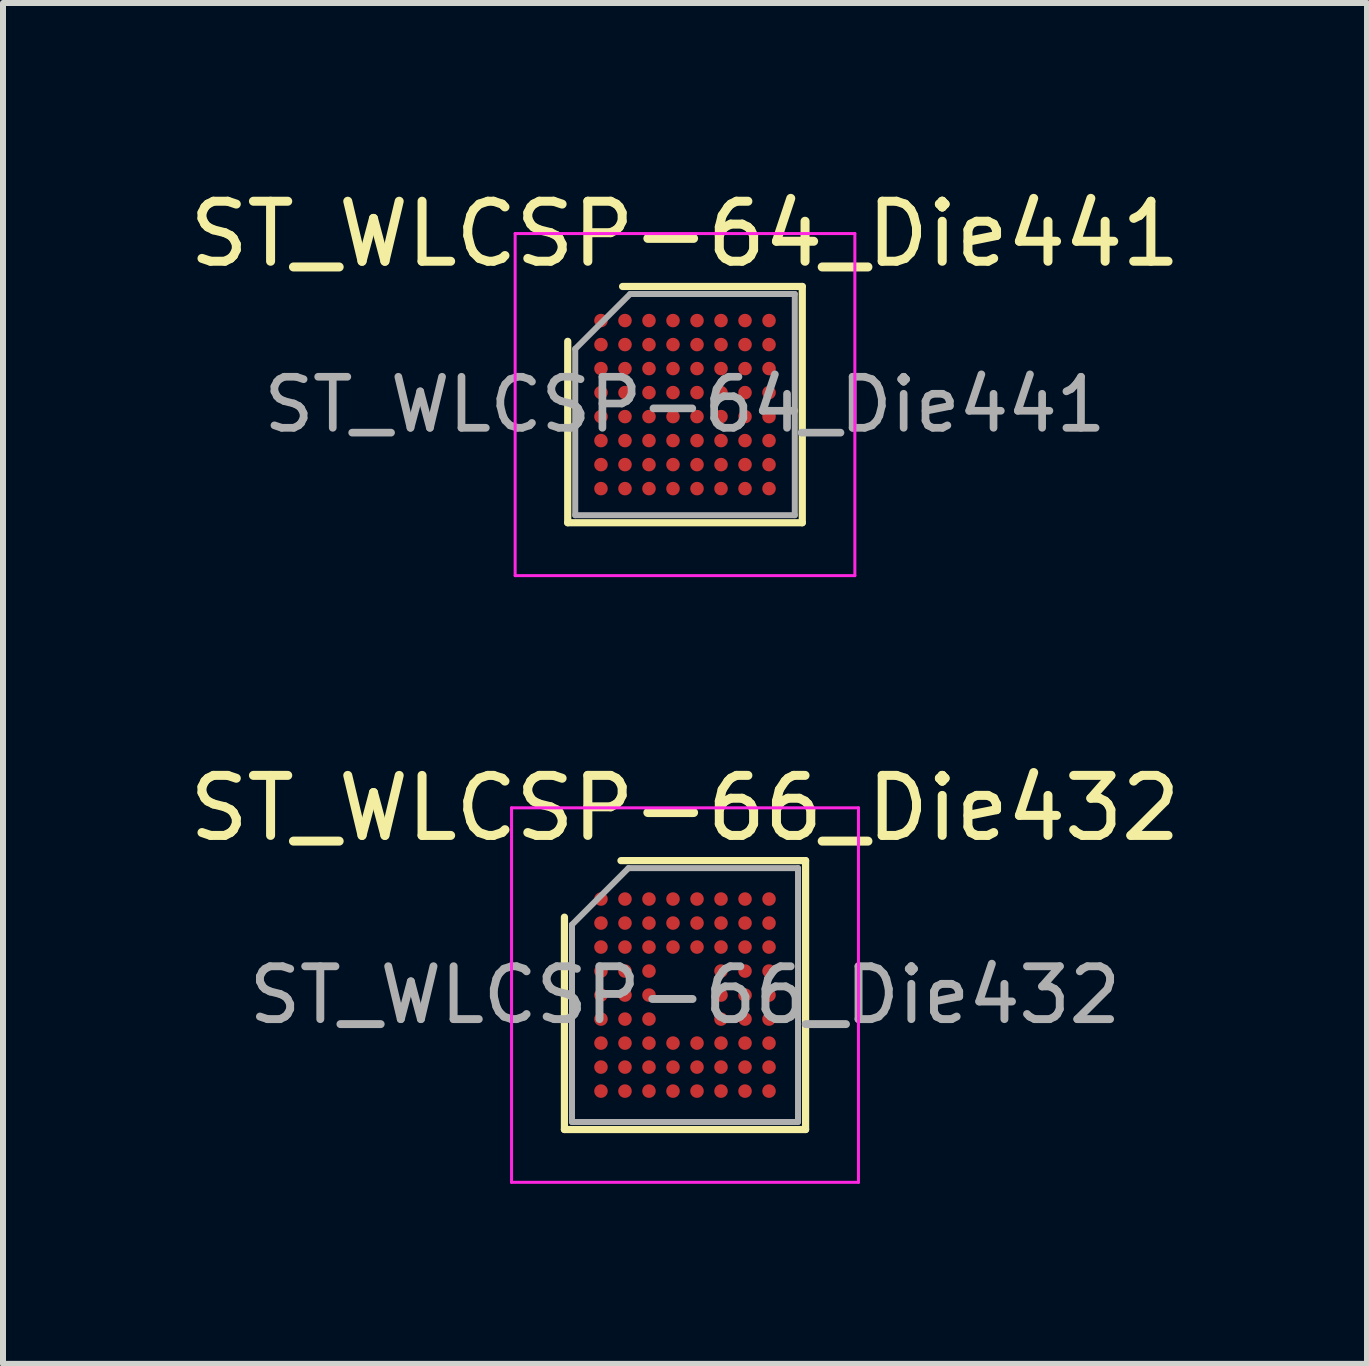
<source format=kicad_pcb>
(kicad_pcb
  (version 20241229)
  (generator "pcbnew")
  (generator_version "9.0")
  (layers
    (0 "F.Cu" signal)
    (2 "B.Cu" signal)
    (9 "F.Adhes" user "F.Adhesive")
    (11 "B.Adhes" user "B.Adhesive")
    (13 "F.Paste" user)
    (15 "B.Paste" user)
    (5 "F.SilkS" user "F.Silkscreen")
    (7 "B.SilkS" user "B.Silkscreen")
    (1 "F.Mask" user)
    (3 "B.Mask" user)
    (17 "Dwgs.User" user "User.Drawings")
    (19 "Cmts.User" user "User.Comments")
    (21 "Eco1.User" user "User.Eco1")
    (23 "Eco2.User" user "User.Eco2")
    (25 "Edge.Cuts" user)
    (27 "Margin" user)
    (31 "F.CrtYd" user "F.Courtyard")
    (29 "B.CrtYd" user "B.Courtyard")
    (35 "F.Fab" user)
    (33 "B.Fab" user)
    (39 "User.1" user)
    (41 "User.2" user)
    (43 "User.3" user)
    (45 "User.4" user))
  (footprint "ST_WLCSP-64_Die441"
    (layer "F.Cu")
    (at 8.363 3.691)
    (property "Reference" "ST_WLCSP-64_Die441" (at 0 -2.843 0) (layer "F.SilkS") (effects (font (size 1 1) (thickness 0.15))))
    (attr smd)
    (fp_line (start -1.954 1.968) (end -1.954 -1.054) (stroke (width 0.12) (type solid)) (layer "F.SilkS"))
    (fp_line (start -1.04 -1.968) (end 1.954 -1.968) (stroke (width 0.12) (type solid)) (layer "F.SilkS"))
    (fp_line (start 1.954 -1.968) (end 1.954 1.968) (stroke (width 0.12) (type solid)) (layer "F.SilkS"))
    (fp_line (start 1.954 1.968) (end -1.954 1.968) (stroke (width 0.12) (type solid)) (layer "F.SilkS"))
    (fp_line (start -2.83 -2.85) (end -2.83 2.85) (stroke (width 0.05) (type solid)) (layer "F.CrtYd"))
    (fp_line (start -2.83 2.85) (end 2.83 2.85) (stroke (width 0.05) (type solid)) (layer "F.CrtYd"))
    (fp_line (start 2.83 -2.85) (end -2.83 -2.85) (stroke (width 0.05) (type solid)) (layer "F.CrtYd"))
    (fp_line (start 2.83 2.85) (end 2.83 -2.85) (stroke (width 0.05) (type solid)) (layer "F.CrtYd"))
    (fp_line (start -1.829 -0.928) (end -0.914 -1.843) (stroke (width 0.1) (type solid)) (layer "F.Fab"))
    (fp_line (start -1.829 1.843) (end -1.829 -0.928) (stroke (width 0.1) (type solid)) (layer "F.Fab"))
    (fp_line (start -0.914 -1.843) (end 1.829 -1.843) (stroke (width 0.1) (type solid)) (layer "F.Fab"))
    (fp_line (start 1.829 -1.843) (end 1.829 1.843) (stroke (width 0.1) (type solid)) (layer "F.Fab"))
    (fp_line (start 1.829 1.843) (end -1.829 1.843) (stroke (width 0.1) (type solid)) (layer "F.Fab"))
    (fp_text user "${REFERENCE}" (at 0 0 0) (layer "F.Fab") (effects (font (size 0.85 0.85) (thickness 0.128))))
    (pad "A1" smd circle (at -1.4 -1.4) (size 0.225 0.225) (layers "F.Cu" "F.Mask" "F.Paste"))
    (pad "A2" smd circle (at -1 -1.4) (size 0.225 0.225) (layers "F.Cu" "F.Mask" "F.Paste"))
    (pad "A3" smd circle (at -0.6 -1.4) (size 0.225 0.225) (layers "F.Cu" "F.Mask" "F.Paste"))
    (pad "A4" smd circle (at -0.2 -1.4) (size 0.225 0.225) (layers "F.Cu" "F.Mask" "F.Paste"))
    (pad "A5" smd circle (at 0.2 -1.4) (size 0.225 0.225) (layers "F.Cu" "F.Mask" "F.Paste"))
    (pad "A6" smd circle (at 0.6 -1.4) (size 0.225 0.225) (layers "F.Cu" "F.Mask" "F.Paste"))
    (pad "A7" smd circle (at 1 -1.4) (size 0.225 0.225) (layers "F.Cu" "F.Mask" "F.Paste"))
    (pad "A8" smd circle (at 1.4 -1.4) (size 0.225 0.225) (layers "F.Cu" "F.Mask" "F.Paste"))
    (pad "B1" smd circle (at -1.4 -1) (size 0.225 0.225) (layers "F.Cu" "F.Mask" "F.Paste"))
    (pad "B2" smd circle (at -1 -1) (size 0.225 0.225) (layers "F.Cu" "F.Mask" "F.Paste"))
    (pad "B3" smd circle (at -0.6 -1) (size 0.225 0.225) (layers "F.Cu" "F.Mask" "F.Paste"))
    (pad "B4" smd circle (at -0.2 -1) (size 0.225 0.225) (layers "F.Cu" "F.Mask" "F.Paste"))
    (pad "B5" smd circle (at 0.2 -1) (size 0.225 0.225) (layers "F.Cu" "F.Mask" "F.Paste"))
    (pad "B6" smd circle (at 0.6 -1) (size 0.225 0.225) (layers "F.Cu" "F.Mask" "F.Paste"))
    (pad "B7" smd circle (at 1 -1) (size 0.225 0.225) (layers "F.Cu" "F.Mask" "F.Paste"))
    (pad "B8" smd circle (at 1.4 -1) (size 0.225 0.225) (layers "F.Cu" "F.Mask" "F.Paste"))
    (pad "C1" smd circle (at -1.4 -0.6) (size 0.225 0.225) (layers "F.Cu" "F.Mask" "F.Paste"))
    (pad "C2" smd circle (at -1 -0.6) (size 0.225 0.225) (layers "F.Cu" "F.Mask" "F.Paste"))
    (pad "C3" smd circle (at -0.6 -0.6) (size 0.225 0.225) (layers "F.Cu" "F.Mask" "F.Paste"))
    (pad "C4" smd circle (at -0.2 -0.6) (size 0.225 0.225) (layers "F.Cu" "F.Mask" "F.Paste"))
    (pad "C5" smd circle (at 0.2 -0.6) (size 0.225 0.225) (layers "F.Cu" "F.Mask" "F.Paste"))
    (pad "C6" smd circle (at 0.6 -0.6) (size 0.225 0.225) (layers "F.Cu" "F.Mask" "F.Paste"))
    (pad "C7" smd circle (at 1 -0.6) (size 0.225 0.225) (layers "F.Cu" "F.Mask" "F.Paste"))
    (pad "C8" smd circle (at 1.4 -0.6) (size 0.225 0.225) (layers "F.Cu" "F.Mask" "F.Paste"))
    (pad "D1" smd circle (at -1.4 -0.2) (size 0.225 0.225) (layers "F.Cu" "F.Mask" "F.Paste"))
    (pad "D2" smd circle (at -1 -0.2) (size 0.225 0.225) (layers "F.Cu" "F.Mask" "F.Paste"))
    (pad "D3" smd circle (at -0.6 -0.2) (size 0.225 0.225) (layers "F.Cu" "F.Mask" "F.Paste"))
    (pad "D4" smd circle (at -0.2 -0.2) (size 0.225 0.225) (layers "F.Cu" "F.Mask" "F.Paste"))
    (pad "D5" smd circle (at 0.2 -0.2) (size 0.225 0.225) (layers "F.Cu" "F.Mask" "F.Paste"))
    (pad "D6" smd circle (at 0.6 -0.2) (size 0.225 0.225) (layers "F.Cu" "F.Mask" "F.Paste"))
    (pad "D7" smd circle (at 1 -0.2) (size 0.225 0.225) (layers "F.Cu" "F.Mask" "F.Paste"))
    (pad "D8" smd circle (at 1.4 -0.2) (size 0.225 0.225) (layers "F.Cu" "F.Mask" "F.Paste"))
    (pad "E1" smd circle (at -1.4 0.2) (size 0.225 0.225) (layers "F.Cu" "F.Mask" "F.Paste"))
    (pad "E2" smd circle (at -1 0.2) (size 0.225 0.225) (layers "F.Cu" "F.Mask" "F.Paste"))
    (pad "E3" smd circle (at -0.6 0.2) (size 0.225 0.225) (layers "F.Cu" "F.Mask" "F.Paste"))
    (pad "E4" smd circle (at -0.2 0.2) (size 0.225 0.225) (layers "F.Cu" "F.Mask" "F.Paste"))
    (pad "E5" smd circle (at 0.2 0.2) (size 0.225 0.225) (layers "F.Cu" "F.Mask" "F.Paste"))
    (pad "E6" smd circle (at 0.6 0.2) (size 0.225 0.225) (layers "F.Cu" "F.Mask" "F.Paste"))
    (pad "E7" smd circle (at 1 0.2) (size 0.225 0.225) (layers "F.Cu" "F.Mask" "F.Paste"))
    (pad "E8" smd circle (at 1.4 0.2) (size 0.225 0.225) (layers "F.Cu" "F.Mask" "F.Paste"))
    (pad "F1" smd circle (at -1.4 0.6) (size 0.225 0.225) (layers "F.Cu" "F.Mask" "F.Paste"))
    (pad "F2" smd circle (at -1 0.6) (size 0.225 0.225) (layers "F.Cu" "F.Mask" "F.Paste"))
    (pad "F3" smd circle (at -0.6 0.6) (size 0.225 0.225) (layers "F.Cu" "F.Mask" "F.Paste"))
    (pad "F4" smd circle (at -0.2 0.6) (size 0.225 0.225) (layers "F.Cu" "F.Mask" "F.Paste"))
    (pad "F5" smd circle (at 0.2 0.6) (size 0.225 0.225) (layers "F.Cu" "F.Mask" "F.Paste"))
    (pad "F6" smd circle (at 0.6 0.6) (size 0.225 0.225) (layers "F.Cu" "F.Mask" "F.Paste"))
    (pad "F7" smd circle (at 1 0.6) (size 0.225 0.225) (layers "F.Cu" "F.Mask" "F.Paste"))
    (pad "F8" smd circle (at 1.4 0.6) (size 0.225 0.225) (layers "F.Cu" "F.Mask" "F.Paste"))
    (pad "G1" smd circle (at -1.4 1) (size 0.225 0.225) (layers "F.Cu" "F.Mask" "F.Paste"))
    (pad "G2" smd circle (at -1 1) (size 0.225 0.225) (layers "F.Cu" "F.Mask" "F.Paste"))
    (pad "G3" smd circle (at -0.6 1) (size 0.225 0.225) (layers "F.Cu" "F.Mask" "F.Paste"))
    (pad "G4" smd circle (at -0.2 1) (size 0.225 0.225) (layers "F.Cu" "F.Mask" "F.Paste"))
    (pad "G5" smd circle (at 0.2 1) (size 0.225 0.225) (layers "F.Cu" "F.Mask" "F.Paste"))
    (pad "G6" smd circle (at 0.6 1) (size 0.225 0.225) (layers "F.Cu" "F.Mask" "F.Paste"))
    (pad "G7" smd circle (at 1 1) (size 0.225 0.225) (layers "F.Cu" "F.Mask" "F.Paste"))
    (pad "G8" smd circle (at 1.4 1) (size 0.225 0.225) (layers "F.Cu" "F.Mask" "F.Paste"))
    (pad "H1" smd circle (at -1.4 1.4) (size 0.225 0.225) (layers "F.Cu" "F.Mask" "F.Paste"))
    (pad "H2" smd circle (at -1 1.4) (size 0.225 0.225) (layers "F.Cu" "F.Mask" "F.Paste"))
    (pad "H3" smd circle (at -0.6 1.4) (size 0.225 0.225) (layers "F.Cu" "F.Mask" "F.Paste"))
    (pad "H4" smd circle (at -0.2 1.4) (size 0.225 0.225) (layers "F.Cu" "F.Mask" "F.Paste"))
    (pad "H5" smd circle (at 0.2 1.4) (size 0.225 0.225) (layers "F.Cu" "F.Mask" "F.Paste"))
    (pad "H6" smd circle (at 0.6 1.4) (size 0.225 0.225) (layers "F.Cu" "F.Mask" "F.Paste"))
    (pad "H7" smd circle (at 1 1.4) (size 0.225 0.225) (layers "F.Cu" "F.Mask" "F.Paste"))
    (pad "H8" smd circle (at 1.4 1.4) (size 0.225 0.225) (layers "F.Cu" "F.Mask" "F.Paste")))
  (footprint "ST_WLCSP-66_Die432"
    (layer "F.Cu")
    (at 8.363 13.529)
    (property "Reference" "ST_WLCSP-66_Die432" (at 0 -3.115 0) (layer "F.SilkS") (effects (font (size 1 1) (thickness 0.15))))
    (attr smd)
    (fp_line (start -2.009 2.24) (end -2.009 -1.298) (stroke (width 0.12) (type solid)) (layer "F.SilkS"))
    (fp_line (start -1.067 -2.24) (end 2.009 -2.24) (stroke (width 0.12) (type solid)) (layer "F.SilkS"))
    (fp_line (start 2.009 -2.24) (end 2.009 2.24) (stroke (width 0.12) (type solid)) (layer "F.SilkS"))
    (fp_line (start 2.009 2.24) (end -2.009 2.24) (stroke (width 0.12) (type solid)) (layer "F.SilkS"))
    (fp_line (start -2.89 -3.12) (end -2.89 3.12) (stroke (width 0.05) (type solid)) (layer "F.CrtYd"))
    (fp_line (start -2.89 3.12) (end 2.89 3.12) (stroke (width 0.05) (type solid)) (layer "F.CrtYd"))
    (fp_line (start 2.89 -3.12) (end -2.89 -3.12) (stroke (width 0.05) (type solid)) (layer "F.CrtYd"))
    (fp_line (start 2.89 3.12) (end 2.89 -3.12) (stroke (width 0.05) (type solid)) (layer "F.CrtYd"))
    (fp_line (start -1.883 -1.173) (end -0.942 -2.115) (stroke (width 0.1) (type solid)) (layer "F.Fab"))
    (fp_line (start -1.883 2.115) (end -1.883 -1.173) (stroke (width 0.1) (type solid)) (layer "F.Fab"))
    (fp_line (start -0.942 -2.115) (end 1.883 -2.115) (stroke (width 0.1) (type solid)) (layer "F.Fab"))
    (fp_line (start 1.883 -2.115) (end 1.883 2.115) (stroke (width 0.1) (type solid)) (layer "F.Fab"))
    (fp_line (start 1.883 2.115) (end -1.883 2.115) (stroke (width 0.1) (type solid)) (layer "F.Fab"))
    (fp_text user "${REFERENCE}" (at 0 0 0) (layer "F.Fab") (effects (font (size 0.88 0.88) (thickness 0.132))))
    (pad "A1" smd circle (at -1.4 -1.6) (size 0.225 0.225) (layers "F.Cu" "F.Mask" "F.Paste"))
    (pad "A2" smd circle (at -1 -1.6) (size 0.225 0.225) (layers "F.Cu" "F.Mask" "F.Paste"))
    (pad "A3" smd circle (at -0.6 -1.6) (size 0.225 0.225) (layers "F.Cu" "F.Mask" "F.Paste"))
    (pad "A4" smd circle (at -0.2 -1.6) (size 0.225 0.225) (layers "F.Cu" "F.Mask" "F.Paste"))
    (pad "A5" smd circle (at 0.2 -1.6) (size 0.225 0.225) (layers "F.Cu" "F.Mask" "F.Paste"))
    (pad "A6" smd circle (at 0.6 -1.6) (size 0.225 0.225) (layers "F.Cu" "F.Mask" "F.Paste"))
    (pad "A7" smd circle (at 1 -1.6) (size 0.225 0.225) (layers "F.Cu" "F.Mask" "F.Paste"))
    (pad "A8" smd circle (at 1.4 -1.6) (size 0.225 0.225) (layers "F.Cu" "F.Mask" "F.Paste"))
    (pad "B1" smd circle (at -1.4 -1.2) (size 0.225 0.225) (layers "F.Cu" "F.Mask" "F.Paste"))
    (pad "B2" smd circle (at -1 -1.2) (size 0.225 0.225) (layers "F.Cu" "F.Mask" "F.Paste"))
    (pad "B3" smd circle (at -0.6 -1.2) (size 0.225 0.225) (layers "F.Cu" "F.Mask" "F.Paste"))
    (pad "B4" smd circle (at -0.2 -1.2) (size 0.225 0.225) (layers "F.Cu" "F.Mask" "F.Paste"))
    (pad "B5" smd circle (at 0.2 -1.2) (size 0.225 0.225) (layers "F.Cu" "F.Mask" "F.Paste"))
    (pad "B6" smd circle (at 0.6 -1.2) (size 0.225 0.225) (layers "F.Cu" "F.Mask" "F.Paste"))
    (pad "B7" smd circle (at 1 -1.2) (size 0.225 0.225) (layers "F.Cu" "F.Mask" "F.Paste"))
    (pad "B8" smd circle (at 1.4 -1.2) (size 0.225 0.225) (layers "F.Cu" "F.Mask" "F.Paste"))
    (pad "C1" smd circle (at -1.4 -0.8) (size 0.225 0.225) (layers "F.Cu" "F.Mask" "F.Paste"))
    (pad "C2" smd circle (at -1 -0.8) (size 0.225 0.225) (layers "F.Cu" "F.Mask" "F.Paste"))
    (pad "C3" smd circle (at -0.6 -0.8) (size 0.225 0.225) (layers "F.Cu" "F.Mask" "F.Paste"))
    (pad "C4" smd circle (at -0.2 -0.8) (size 0.225 0.225) (layers "F.Cu" "F.Mask" "F.Paste"))
    (pad "C5" smd circle (at 0.2 -0.8) (size 0.225 0.225) (layers "F.Cu" "F.Mask" "F.Paste"))
    (pad "C6" smd circle (at 0.6 -0.8) (size 0.225 0.225) (layers "F.Cu" "F.Mask" "F.Paste"))
    (pad "C7" smd circle (at 1 -0.8) (size 0.225 0.225) (layers "F.Cu" "F.Mask" "F.Paste"))
    (pad "C8" smd circle (at 1.4 -0.8) (size 0.225 0.225) (layers "F.Cu" "F.Mask" "F.Paste"))
    (pad "D1" smd circle (at -1.4 -0.4) (size 0.225 0.225) (layers "F.Cu" "F.Mask" "F.Paste"))
    (pad "D2" smd circle (at -1 -0.4) (size 0.225 0.225) (layers "F.Cu" "F.Mask" "F.Paste"))
    (pad "D3" smd circle (at -0.6 -0.4) (size 0.225 0.225) (layers "F.Cu" "F.Mask" "F.Paste"))
    (pad "D6" smd circle (at 0.6 -0.4) (size 0.225 0.225) (layers "F.Cu" "F.Mask" "F.Paste"))
    (pad "D7" smd circle (at 1 -0.4) (size 0.225 0.225) (layers "F.Cu" "F.Mask" "F.Paste"))
    (pad "D8" smd circle (at 1.4 -0.4) (size 0.225 0.225) (layers "F.Cu" "F.Mask" "F.Paste"))
    (pad "E1" smd circle (at -1.4 0) (size 0.225 0.225) (layers "F.Cu" "F.Mask" "F.Paste"))
    (pad "E2" smd circle (at -1 0) (size 0.225 0.225) (layers "F.Cu" "F.Mask" "F.Paste"))
    (pad "E3" smd circle (at -0.6 0) (size 0.225 0.225) (layers "F.Cu" "F.Mask" "F.Paste"))
    (pad "E6" smd circle (at 0.6 0) (size 0.225 0.225) (layers "F.Cu" "F.Mask" "F.Paste"))
    (pad "E7" smd circle (at 1 0) (size 0.225 0.225) (layers "F.Cu" "F.Mask" "F.Paste"))
    (pad "E8" smd circle (at 1.4 0) (size 0.225 0.225) (layers "F.Cu" "F.Mask" "F.Paste"))
    (pad "F1" smd circle (at -1.4 0.4) (size 0.225 0.225) (layers "F.Cu" "F.Mask" "F.Paste"))
    (pad "F2" smd circle (at -1 0.4) (size 0.225 0.225) (layers "F.Cu" "F.Mask" "F.Paste"))
    (pad "F3" smd circle (at -0.6 0.4) (size 0.225 0.225) (layers "F.Cu" "F.Mask" "F.Paste"))
    (pad "F6" smd circle (at 0.6 0.4) (size 0.225 0.225) (layers "F.Cu" "F.Mask" "F.Paste"))
    (pad "F7" smd circle (at 1 0.4) (size 0.225 0.225) (layers "F.Cu" "F.Mask" "F.Paste"))
    (pad "F8" smd circle (at 1.4 0.4) (size 0.225 0.225) (layers "F.Cu" "F.Mask" "F.Paste"))
    (pad "G1" smd circle (at -1.4 0.8) (size 0.225 0.225) (layers "F.Cu" "F.Mask" "F.Paste"))
    (pad "G2" smd circle (at -1 0.8) (size 0.225 0.225) (layers "F.Cu" "F.Mask" "F.Paste"))
    (pad "G3" smd circle (at -0.6 0.8) (size 0.225 0.225) (layers "F.Cu" "F.Mask" "F.Paste"))
    (pad "G4" smd circle (at -0.2 0.8) (size 0.225 0.225) (layers "F.Cu" "F.Mask" "F.Paste"))
    (pad "G5" smd circle (at 0.2 0.8) (size 0.225 0.225) (layers "F.Cu" "F.Mask" "F.Paste"))
    (pad "G6" smd circle (at 0.6 0.8) (size 0.225 0.225) (layers "F.Cu" "F.Mask" "F.Paste"))
    (pad "G7" smd circle (at 1 0.8) (size 0.225 0.225) (layers "F.Cu" "F.Mask" "F.Paste"))
    (pad "G8" smd circle (at 1.4 0.8) (size 0.225 0.225) (layers "F.Cu" "F.Mask" "F.Paste"))
    (pad "H1" smd circle (at -1.4 1.2) (size 0.225 0.225) (layers "F.Cu" "F.Mask" "F.Paste"))
    (pad "H2" smd circle (at -1 1.2) (size 0.225 0.225) (layers "F.Cu" "F.Mask" "F.Paste"))
    (pad "H3" smd circle (at -0.6 1.2) (size 0.225 0.225) (layers "F.Cu" "F.Mask" "F.Paste"))
    (pad "H4" smd circle (at -0.2 1.2) (size 0.225 0.225) (layers "F.Cu" "F.Mask" "F.Paste"))
    (pad "H5" smd circle (at 0.2 1.2) (size 0.225 0.225) (layers "F.Cu" "F.Mask" "F.Paste"))
    (pad "H6" smd circle (at 0.6 1.2) (size 0.225 0.225) (layers "F.Cu" "F.Mask" "F.Paste"))
    (pad "H7" smd circle (at 1 1.2) (size 0.225 0.225) (layers "F.Cu" "F.Mask" "F.Paste"))
    (pad "H8" smd circle (at 1.4 1.2) (size 0.225 0.225) (layers "F.Cu" "F.Mask" "F.Paste"))
    (pad "J1" smd circle (at -1.4 1.6) (size 0.225 0.225) (layers "F.Cu" "F.Mask" "F.Paste"))
    (pad "J2" smd circle (at -1 1.6) (size 0.225 0.225) (layers "F.Cu" "F.Mask" "F.Paste"))
    (pad "J3" smd circle (at -0.6 1.6) (size 0.225 0.225) (layers "F.Cu" "F.Mask" "F.Paste"))
    (pad "J4" smd circle (at -0.2 1.6) (size 0.225 0.225) (layers "F.Cu" "F.Mask" "F.Paste"))
    (pad "J5" smd circle (at 0.2 1.6) (size 0.225 0.225) (layers "F.Cu" "F.Mask" "F.Paste"))
    (pad "J6" smd circle (at 0.6 1.6) (size 0.225 0.225) (layers "F.Cu" "F.Mask" "F.Paste"))
    (pad "J7" smd circle (at 1 1.6) (size 0.225 0.225) (layers "F.Cu" "F.Mask" "F.Paste"))
    (pad "J8" smd circle (at 1.4 1.6) (size 0.225 0.225) (layers "F.Cu" "F.Mask" "F.Paste")))
  (gr_rect
    (start -3 -3)
    (end 19.726 19.674)
    (stroke (width 0.1) (type default))
    (fill no)
    (layer "Edge.Cuts")))
</source>
